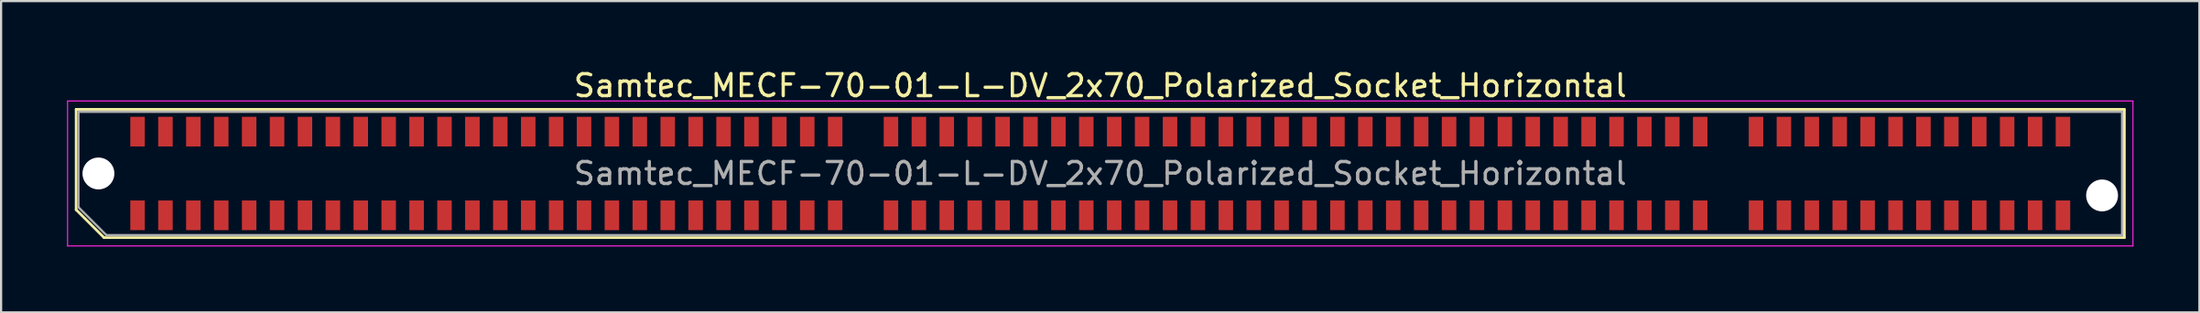
<source format=kicad_pcb>
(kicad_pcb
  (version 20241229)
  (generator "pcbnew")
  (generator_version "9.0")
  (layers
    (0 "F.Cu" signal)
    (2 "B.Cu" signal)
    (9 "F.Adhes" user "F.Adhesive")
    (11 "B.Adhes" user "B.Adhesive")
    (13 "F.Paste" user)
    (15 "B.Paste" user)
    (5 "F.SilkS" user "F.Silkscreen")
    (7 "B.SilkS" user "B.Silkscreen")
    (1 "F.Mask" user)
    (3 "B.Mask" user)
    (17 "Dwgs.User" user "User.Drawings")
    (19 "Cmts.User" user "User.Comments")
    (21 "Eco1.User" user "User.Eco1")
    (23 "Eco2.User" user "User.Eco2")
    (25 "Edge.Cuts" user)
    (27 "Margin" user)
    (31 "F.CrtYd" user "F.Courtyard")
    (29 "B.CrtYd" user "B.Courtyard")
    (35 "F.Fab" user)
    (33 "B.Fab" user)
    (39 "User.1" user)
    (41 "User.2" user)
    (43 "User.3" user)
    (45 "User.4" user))
  (footprint "Samtec_MECF-70-01-L-DV_2x70_Polarized_Socket_Horizontal"
    (layer "F.Cu")
    (at 47.025 4.848)
    (property "Reference" "Samtec_MECF-70-01-L-DV_2x70_Polarized_Socket_Horizontal" (at 0 -4 0) (layer "F.SilkS") (effects (font (size 1 1) (thickness 0.15))))
    (attr smd)
    (fp_line (start -46.61 -2.92) (end 46.61 -2.92) (stroke (width 0.12) (type solid)) (layer "F.SilkS"))
    (fp_line (start -46.61 1.65) (end -46.61 -2.92) (stroke (width 0.12) (type solid)) (layer "F.SilkS"))
    (fp_line (start -45.34 2.92) (end -46.61 1.65) (stroke (width 0.12) (type solid)) (layer "F.SilkS"))
    (fp_line (start -45.34 2.92) (end 46.61 2.92) (stroke (width 0.12) (type solid)) (layer "F.SilkS"))
    (fp_line (start 46.61 2.92) (end 46.61 -2.92) (stroke (width 0.12) (type solid)) (layer "F.SilkS"))
    (fp_line (start -47 -3.3) (end -47 3.3) (stroke (width 0.05) (type solid)) (layer "F.CrtYd"))
    (fp_line (start -47 3.3) (end 47 3.3) (stroke (width 0.05) (type solid)) (layer "F.CrtYd"))
    (fp_line (start 47 -3.3) (end -47 -3.3) (stroke (width 0.05) (type solid)) (layer "F.CrtYd"))
    (fp_line (start 47 3.3) (end 47 -3.3) (stroke (width 0.05) (type solid)) (layer "F.CrtYd"))
    (fp_line (start -46.505 -2.805) (end 46.505 -2.805) (stroke (width 0.1) (type solid)) (layer "F.Fab"))
    (fp_line (start -46.505 1.535) (end -46.505 -2.805) (stroke (width 0.1) (type solid)) (layer "F.Fab"))
    (fp_line (start -46.505 1.535) (end -45.235 2.805) (stroke (width 0.1) (type solid)) (layer "F.Fab"))
    (fp_line (start -45.235 2.805) (end 46.505 2.805) (stroke (width 0.1) (type solid)) (layer "F.Fab"))
    (fp_line (start 46.505 2.805) (end 46.505 -2.805) (stroke (width 0.1) (type solid)) (layer "F.Fab"))
    (fp_text user "${REFERENCE}" (at 0 0 0) (layer "F.Fab") (effects (font (size 1 1) (thickness 0.15))))
    (pad "" np_thru_hole circle (at -45.595 0) (size 1.45 1.45) (drill 1.45) (layers "*.Cu" "*.Mask"))
    (pad "" np_thru_hole circle (at 45.595 1) (size 1.45 1.45) (drill 1.45) (layers "*.Cu" "*.Mask"))
    (pad "1" smd rect (at -43.815 1.905) (size 0.66 1.35) (layers "F.Cu" "F.Mask" "F.Paste"))
    (pad "2" smd rect (at -43.815 -1.905) (size 0.66 1.35) (layers "F.Cu" "F.Mask" "F.Paste"))
    (pad "3" smd rect (at -42.545 1.905) (size 0.66 1.35) (layers "F.Cu" "F.Mask" "F.Paste"))
    (pad "4" smd rect (at -42.545 -1.905) (size 0.66 1.35) (layers "F.Cu" "F.Mask" "F.Paste"))
    (pad "5" smd rect (at -41.275 1.905) (size 0.66 1.35) (layers "F.Cu" "F.Mask" "F.Paste"))
    (pad "6" smd rect (at -41.275 -1.905) (size 0.66 1.35) (layers "F.Cu" "F.Mask" "F.Paste"))
    (pad "7" smd rect (at -40.005 1.905) (size 0.66 1.35) (layers "F.Cu" "F.Mask" "F.Paste"))
    (pad "8" smd rect (at -40.005 -1.905) (size 0.66 1.35) (layers "F.Cu" "F.Mask" "F.Paste"))
    (pad "9" smd rect (at -38.735 1.905) (size 0.66 1.35) (layers "F.Cu" "F.Mask" "F.Paste"))
    (pad "10" smd rect (at -38.735 -1.905) (size 0.66 1.35) (layers "F.Cu" "F.Mask" "F.Paste"))
    (pad "11" smd rect (at -37.465 1.905) (size 0.66 1.35) (layers "F.Cu" "F.Mask" "F.Paste"))
    (pad "12" smd rect (at -37.465 -1.905) (size 0.66 1.35) (layers "F.Cu" "F.Mask" "F.Paste"))
    (pad "13" smd rect (at -36.195 1.905) (size 0.66 1.35) (layers "F.Cu" "F.Mask" "F.Paste"))
    (pad "14" smd rect (at -36.195 -1.905) (size 0.66 1.35) (layers "F.Cu" "F.Mask" "F.Paste"))
    (pad "15" smd rect (at -34.925 1.905) (size 0.66 1.35) (layers "F.Cu" "F.Mask" "F.Paste"))
    (pad "16" smd rect (at -34.925 -1.905) (size 0.66 1.35) (layers "F.Cu" "F.Mask" "F.Paste"))
    (pad "17" smd rect (at -33.655 1.905) (size 0.66 1.35) (layers "F.Cu" "F.Mask" "F.Paste"))
    (pad "18" smd rect (at -33.655 -1.905) (size 0.66 1.35) (layers "F.Cu" "F.Mask" "F.Paste"))
    (pad "19" smd rect (at -32.385 1.905) (size 0.66 1.35) (layers "F.Cu" "F.Mask" "F.Paste"))
    (pad "20" smd rect (at -32.385 -1.905) (size 0.66 1.35) (layers "F.Cu" "F.Mask" "F.Paste"))
    (pad "21" smd rect (at -31.115 1.905) (size 0.66 1.35) (layers "F.Cu" "F.Mask" "F.Paste"))
    (pad "22" smd rect (at -31.115 -1.905) (size 0.66 1.35) (layers "F.Cu" "F.Mask" "F.Paste"))
    (pad "23" smd rect (at -29.845 1.905) (size 0.66 1.35) (layers "F.Cu" "F.Mask" "F.Paste"))
    (pad "24" smd rect (at -29.845 -1.905) (size 0.66 1.35) (layers "F.Cu" "F.Mask" "F.Paste"))
    (pad "25" smd rect (at -28.575 1.905) (size 0.66 1.35) (layers "F.Cu" "F.Mask" "F.Paste"))
    (pad "26" smd rect (at -28.575 -1.905) (size 0.66 1.35) (layers "F.Cu" "F.Mask" "F.Paste"))
    (pad "27" smd rect (at -27.305 1.905) (size 0.66 1.35) (layers "F.Cu" "F.Mask" "F.Paste"))
    (pad "28" smd rect (at -27.305 -1.905) (size 0.66 1.35) (layers "F.Cu" "F.Mask" "F.Paste"))
    (pad "29" smd rect (at -26.035 1.905) (size 0.66 1.35) (layers "F.Cu" "F.Mask" "F.Paste"))
    (pad "30" smd rect (at -26.035 -1.905) (size 0.66 1.35) (layers "F.Cu" "F.Mask" "F.Paste"))
    (pad "31" smd rect (at -24.765 1.905) (size 0.66 1.35) (layers "F.Cu" "F.Mask" "F.Paste"))
    (pad "32" smd rect (at -24.765 -1.905) (size 0.66 1.35) (layers "F.Cu" "F.Mask" "F.Paste"))
    (pad "33" smd rect (at -23.495 1.905) (size 0.66 1.35) (layers "F.Cu" "F.Mask" "F.Paste"))
    (pad "34" smd rect (at -23.495 -1.905) (size 0.66 1.35) (layers "F.Cu" "F.Mask" "F.Paste"))
    (pad "35" smd rect (at -22.225 1.905) (size 0.66 1.35) (layers "F.Cu" "F.Mask" "F.Paste"))
    (pad "36" smd rect (at -22.225 -1.905) (size 0.66 1.35) (layers "F.Cu" "F.Mask" "F.Paste"))
    (pad "37" smd rect (at -20.955 1.905) (size 0.66 1.35) (layers "F.Cu" "F.Mask" "F.Paste"))
    (pad "38" smd rect (at -20.955 -1.905) (size 0.66 1.35) (layers "F.Cu" "F.Mask" "F.Paste"))
    (pad "39" smd rect (at -19.685 1.905) (size 0.66 1.35) (layers "F.Cu" "F.Mask" "F.Paste"))
    (pad "40" smd rect (at -19.685 -1.905) (size 0.66 1.35) (layers "F.Cu" "F.Mask" "F.Paste"))
    (pad "41" smd rect (at -18.415 1.905) (size 0.66 1.35) (layers "F.Cu" "F.Mask" "F.Paste"))
    (pad "42" smd rect (at -18.415 -1.905) (size 0.66 1.35) (layers "F.Cu" "F.Mask" "F.Paste"))
    (pad "43" smd rect (at -17.145 1.905) (size 0.66 1.35) (layers "F.Cu" "F.Mask" "F.Paste"))
    (pad "44" smd rect (at -17.145 -1.905) (size 0.66 1.35) (layers "F.Cu" "F.Mask" "F.Paste"))
    (pad "45" smd rect (at -15.875 1.905) (size 0.66 1.35) (layers "F.Cu" "F.Mask" "F.Paste"))
    (pad "46" smd rect (at -15.875 -1.905) (size 0.66 1.35) (layers "F.Cu" "F.Mask" "F.Paste"))
    (pad "47" smd rect (at -14.605 1.905) (size 0.66 1.35) (layers "F.Cu" "F.Mask" "F.Paste"))
    (pad "48" smd rect (at -14.605 -1.905) (size 0.66 1.35) (layers "F.Cu" "F.Mask" "F.Paste"))
    (pad "49" smd rect (at -13.335 1.905) (size 0.66 1.35) (layers "F.Cu" "F.Mask" "F.Paste"))
    (pad "50" smd rect (at -13.335 -1.905) (size 0.66 1.35) (layers "F.Cu" "F.Mask" "F.Paste"))
    (pad "51" smd rect (at -12.065 1.905) (size 0.66 1.35) (layers "F.Cu" "F.Mask" "F.Paste"))
    (pad "52" smd rect (at -12.065 -1.905) (size 0.66 1.35) (layers "F.Cu" "F.Mask" "F.Paste"))
    (pad "55" smd rect (at -9.525 1.905) (size 0.66 1.35) (layers "F.Cu" "F.Mask" "F.Paste"))
    (pad "56" smd rect (at -9.525 -1.905) (size 0.66 1.35) (layers "F.Cu" "F.Mask" "F.Paste"))
    (pad "57" smd rect (at -8.255 1.905) (size 0.66 1.35) (layers "F.Cu" "F.Mask" "F.Paste"))
    (pad "58" smd rect (at -8.255 -1.905) (size 0.66 1.35) (layers "F.Cu" "F.Mask" "F.Paste"))
    (pad "59" smd rect (at -6.985 1.905) (size 0.66 1.35) (layers "F.Cu" "F.Mask" "F.Paste"))
    (pad "60" smd rect (at -6.985 -1.905) (size 0.66 1.35) (layers "F.Cu" "F.Mask" "F.Paste"))
    (pad "61" smd rect (at -5.715 1.905) (size 0.66 1.35) (layers "F.Cu" "F.Mask" "F.Paste"))
    (pad "62" smd rect (at -5.715 -1.905) (size 0.66 1.35) (layers "F.Cu" "F.Mask" "F.Paste"))
    (pad "63" smd rect (at -4.445 1.905) (size 0.66 1.35) (layers "F.Cu" "F.Mask" "F.Paste"))
    (pad "64" smd rect (at -4.445 -1.905) (size 0.66 1.35) (layers "F.Cu" "F.Mask" "F.Paste"))
    (pad "65" smd rect (at -3.175 1.905) (size 0.66 1.35) (layers "F.Cu" "F.Mask" "F.Paste"))
    (pad "66" smd rect (at -3.175 -1.905) (size 0.66 1.35) (layers "F.Cu" "F.Mask" "F.Paste"))
    (pad "67" smd rect (at -1.905 1.905) (size 0.66 1.35) (layers "F.Cu" "F.Mask" "F.Paste"))
    (pad "68" smd rect (at -1.905 -1.905) (size 0.66 1.35) (layers "F.Cu" "F.Mask" "F.Paste"))
    (pad "69" smd rect (at -0.635 1.905) (size 0.66 1.35) (layers "F.Cu" "F.Mask" "F.Paste"))
    (pad "70" smd rect (at -0.635 -1.905) (size 0.66 1.35) (layers "F.Cu" "F.Mask" "F.Paste"))
    (pad "71" smd rect (at 0.635 1.905) (size 0.66 1.35) (layers "F.Cu" "F.Mask" "F.Paste"))
    (pad "72" smd rect (at 0.635 -1.905) (size 0.66 1.35) (layers "F.Cu" "F.Mask" "F.Paste"))
    (pad "73" smd rect (at 1.905 1.905) (size 0.66 1.35) (layers "F.Cu" "F.Mask" "F.Paste"))
    (pad "74" smd rect (at 1.905 -1.905) (size 0.66 1.35) (layers "F.Cu" "F.Mask" "F.Paste"))
    (pad "75" smd rect (at 3.175 1.905) (size 0.66 1.35) (layers "F.Cu" "F.Mask" "F.Paste"))
    (pad "76" smd rect (at 3.175 -1.905) (size 0.66 1.35) (layers "F.Cu" "F.Mask" "F.Paste"))
    (pad "77" smd rect (at 4.445 1.905) (size 0.66 1.35) (layers "F.Cu" "F.Mask" "F.Paste"))
    (pad "78" smd rect (at 4.445 -1.905) (size 0.66 1.35) (layers "F.Cu" "F.Mask" "F.Paste"))
    (pad "79" smd rect (at 5.715 1.905) (size 0.66 1.35) (layers "F.Cu" "F.Mask" "F.Paste"))
    (pad "80" smd rect (at 5.715 -1.905) (size 0.66 1.35) (layers "F.Cu" "F.Mask" "F.Paste"))
    (pad "81" smd rect (at 6.985 1.905) (size 0.66 1.35) (layers "F.Cu" "F.Mask" "F.Paste"))
    (pad "82" smd rect (at 6.985 -1.905) (size 0.66 1.35) (layers "F.Cu" "F.Mask" "F.Paste"))
    (pad "83" smd rect (at 8.255 1.905) (size 0.66 1.35) (layers "F.Cu" "F.Mask" "F.Paste"))
    (pad "84" smd rect (at 8.255 -1.905) (size 0.66 1.35) (layers "F.Cu" "F.Mask" "F.Paste"))
    (pad "85" smd rect (at 9.525 1.905) (size 0.66 1.35) (layers "F.Cu" "F.Mask" "F.Paste"))
    (pad "86" smd rect (at 9.525 -1.905) (size 0.66 1.35) (layers "F.Cu" "F.Mask" "F.Paste"))
    (pad "87" smd rect (at 10.795 1.905) (size 0.66 1.35) (layers "F.Cu" "F.Mask" "F.Paste"))
    (pad "88" smd rect (at 10.795 -1.905) (size 0.66 1.35) (layers "F.Cu" "F.Mask" "F.Paste"))
    (pad "89" smd rect (at 12.065 1.905) (size 0.66 1.35) (layers "F.Cu" "F.Mask" "F.Paste"))
    (pad "90" smd rect (at 12.065 -1.905) (size 0.66 1.35) (layers "F.Cu" "F.Mask" "F.Paste"))
    (pad "91" smd rect (at 13.335 1.905) (size 0.66 1.35) (layers "F.Cu" "F.Mask" "F.Paste"))
    (pad "92" smd rect (at 13.335 -1.905) (size 0.66 1.35) (layers "F.Cu" "F.Mask" "F.Paste"))
    (pad "93" smd rect (at 14.605 1.905) (size 0.66 1.35) (layers "F.Cu" "F.Mask" "F.Paste"))
    (pad "94" smd rect (at 14.605 -1.905) (size 0.66 1.35) (layers "F.Cu" "F.Mask" "F.Paste"))
    (pad "95" smd rect (at 15.875 1.905) (size 0.66 1.35) (layers "F.Cu" "F.Mask" "F.Paste"))
    (pad "96" smd rect (at 15.875 -1.905) (size 0.66 1.35) (layers "F.Cu" "F.Mask" "F.Paste"))
    (pad "97" smd rect (at 17.145 1.905) (size 0.66 1.35) (layers "F.Cu" "F.Mask" "F.Paste"))
    (pad "98" smd rect (at 17.145 -1.905) (size 0.66 1.35) (layers "F.Cu" "F.Mask" "F.Paste"))
    (pad "99" smd rect (at 18.415 1.905) (size 0.66 1.35) (layers "F.Cu" "F.Mask" "F.Paste"))
    (pad "100" smd rect (at 18.415 -1.905) (size 0.66 1.35) (layers "F.Cu" "F.Mask" "F.Paste"))
    (pad "101" smd rect (at 19.685 1.905) (size 0.66 1.35) (layers "F.Cu" "F.Mask" "F.Paste"))
    (pad "102" smd rect (at 19.685 -1.905) (size 0.66 1.35) (layers "F.Cu" "F.Mask" "F.Paste"))
    (pad "103" smd rect (at 20.955 1.905) (size 0.66 1.35) (layers "F.Cu" "F.Mask" "F.Paste"))
    (pad "104" smd rect (at 20.955 -1.905) (size 0.66 1.35) (layers "F.Cu" "F.Mask" "F.Paste"))
    (pad "105" smd rect (at 22.225 1.905) (size 0.66 1.35) (layers "F.Cu" "F.Mask" "F.Paste"))
    (pad "106" smd rect (at 22.225 -1.905) (size 0.66 1.35) (layers "F.Cu" "F.Mask" "F.Paste"))
    (pad "107" smd rect (at 23.495 1.905) (size 0.66 1.35) (layers "F.Cu" "F.Mask" "F.Paste"))
    (pad "108" smd rect (at 23.495 -1.905) (size 0.66 1.35) (layers "F.Cu" "F.Mask" "F.Paste"))
    (pad "109" smd rect (at 24.765 1.905) (size 0.66 1.35) (layers "F.Cu" "F.Mask" "F.Paste"))
    (pad "110" smd rect (at 24.765 -1.905) (size 0.66 1.35) (layers "F.Cu" "F.Mask" "F.Paste"))
    (pad "111" smd rect (at 26.035 1.905) (size 0.66 1.35) (layers "F.Cu" "F.Mask" "F.Paste"))
    (pad "112" smd rect (at 26.035 -1.905) (size 0.66 1.35) (layers "F.Cu" "F.Mask" "F.Paste"))
    (pad "113" smd rect (at 27.305 1.905) (size 0.66 1.35) (layers "F.Cu" "F.Mask" "F.Paste"))
    (pad "114" smd rect (at 27.305 -1.905) (size 0.66 1.35) (layers "F.Cu" "F.Mask" "F.Paste"))
    (pad "117" smd rect (at 29.845 1.905) (size 0.66 1.35) (layers "F.Cu" "F.Mask" "F.Paste"))
    (pad "118" smd rect (at 29.845 -1.905) (size 0.66 1.35) (layers "F.Cu" "F.Mask" "F.Paste"))
    (pad "119" smd rect (at 31.115 1.905) (size 0.66 1.35) (layers "F.Cu" "F.Mask" "F.Paste"))
    (pad "120" smd rect (at 31.115 -1.905) (size 0.66 1.35) (layers "F.Cu" "F.Mask" "F.Paste"))
    (pad "121" smd rect (at 32.385 1.905) (size 0.66 1.35) (layers "F.Cu" "F.Mask" "F.Paste"))
    (pad "122" smd rect (at 32.385 -1.905) (size 0.66 1.35) (layers "F.Cu" "F.Mask" "F.Paste"))
    (pad "123" smd rect (at 33.655 1.905) (size 0.66 1.35) (layers "F.Cu" "F.Mask" "F.Paste"))
    (pad "124" smd rect (at 33.655 -1.905) (size 0.66 1.35) (layers "F.Cu" "F.Mask" "F.Paste"))
    (pad "125" smd rect (at 34.925 1.905) (size 0.66 1.35) (layers "F.Cu" "F.Mask" "F.Paste"))
    (pad "126" smd rect (at 34.925 -1.905) (size 0.66 1.35) (layers "F.Cu" "F.Mask" "F.Paste"))
    (pad "127" smd rect (at 36.195 1.905) (size 0.66 1.35) (layers "F.Cu" "F.Mask" "F.Paste"))
    (pad "128" smd rect (at 36.195 -1.905) (size 0.66 1.35) (layers "F.Cu" "F.Mask" "F.Paste"))
    (pad "129" smd rect (at 37.465 1.905) (size 0.66 1.35) (layers "F.Cu" "F.Mask" "F.Paste"))
    (pad "130" smd rect (at 37.465 -1.905) (size 0.66 1.35) (layers "F.Cu" "F.Mask" "F.Paste"))
    (pad "131" smd rect (at 38.735 1.905) (size 0.66 1.35) (layers "F.Cu" "F.Mask" "F.Paste"))
    (pad "132" smd rect (at 38.735 -1.905) (size 0.66 1.35) (layers "F.Cu" "F.Mask" "F.Paste"))
    (pad "133" smd rect (at 40.005 1.905) (size 0.66 1.35) (layers "F.Cu" "F.Mask" "F.Paste"))
    (pad "134" smd rect (at 40.005 -1.905) (size 0.66 1.35) (layers "F.Cu" "F.Mask" "F.Paste"))
    (pad "135" smd rect (at 41.275 1.905) (size 0.66 1.35) (layers "F.Cu" "F.Mask" "F.Paste"))
    (pad "136" smd rect (at 41.275 -1.905) (size 0.66 1.35) (layers "F.Cu" "F.Mask" "F.Paste"))
    (pad "137" smd rect (at 42.545 1.905) (size 0.66 1.35) (layers "F.Cu" "F.Mask" "F.Paste"))
    (pad "138" smd rect (at 42.545 -1.905) (size 0.66 1.35) (layers "F.Cu" "F.Mask" "F.Paste"))
    (pad "139" smd rect (at 43.815 1.905) (size 0.66 1.35) (layers "F.Cu" "F.Mask" "F.Paste"))
    (pad "140" smd rect (at 43.815 -1.905) (size 0.66 1.35) (layers "F.Cu" "F.Mask" "F.Paste")))
  (gr_rect
    (start -3 -3)
    (end 97.05 11.173)
    (stroke (width 0.1) (type default))
    (fill no)
    (layer "Edge.Cuts")))
</source>
